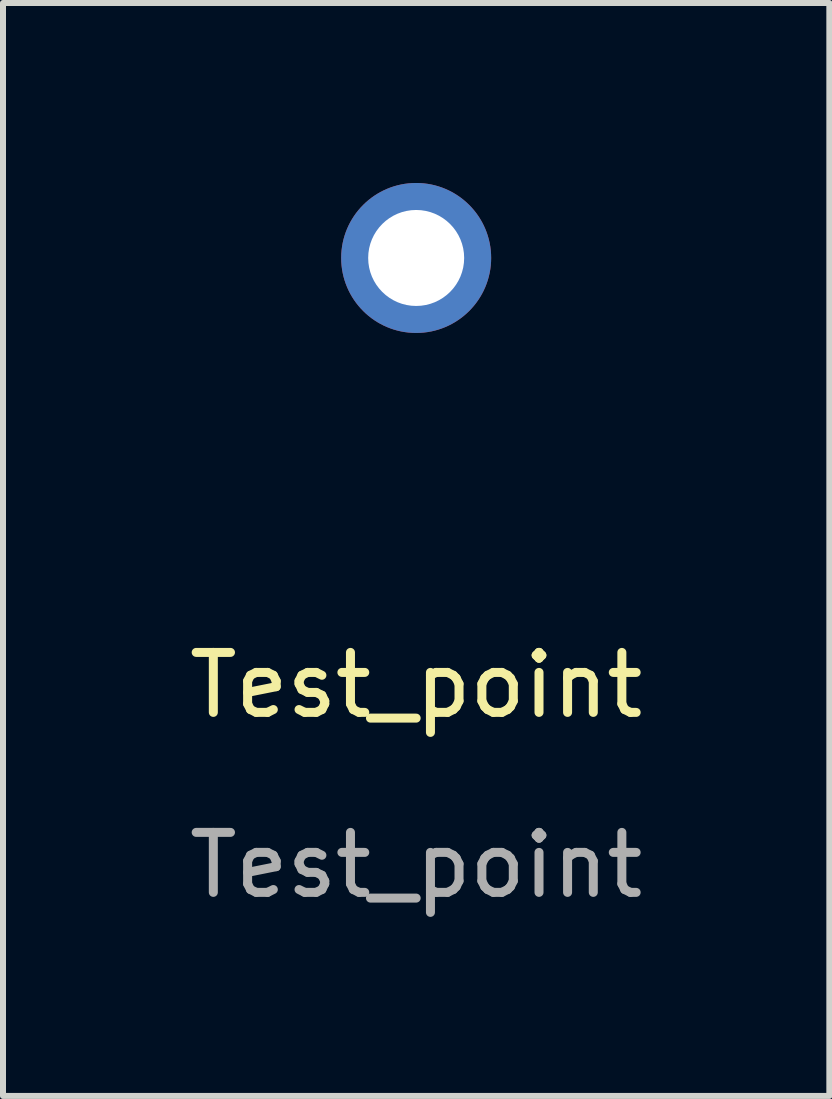
<source format=kicad_pcb>
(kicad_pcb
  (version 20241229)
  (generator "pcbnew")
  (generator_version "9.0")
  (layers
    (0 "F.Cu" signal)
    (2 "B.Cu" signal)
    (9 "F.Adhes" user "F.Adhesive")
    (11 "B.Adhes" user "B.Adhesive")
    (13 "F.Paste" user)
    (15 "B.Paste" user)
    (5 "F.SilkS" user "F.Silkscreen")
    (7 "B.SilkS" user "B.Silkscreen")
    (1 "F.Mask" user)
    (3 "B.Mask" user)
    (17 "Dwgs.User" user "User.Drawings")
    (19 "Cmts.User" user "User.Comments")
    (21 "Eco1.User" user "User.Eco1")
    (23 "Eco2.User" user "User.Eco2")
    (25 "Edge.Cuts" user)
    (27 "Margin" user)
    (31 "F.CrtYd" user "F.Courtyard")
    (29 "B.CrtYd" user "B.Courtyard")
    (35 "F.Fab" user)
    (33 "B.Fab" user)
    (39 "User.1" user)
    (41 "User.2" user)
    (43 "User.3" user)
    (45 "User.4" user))
  (footprint "Test_point"
    (layer "F.Cu")
    (at 3.887 8.87)
    (property "Reference" "Test_point" (at 0 -0.5 0) (unlocked yes) (layer "F.SilkS") (effects (font (size 1 1) (thickness 0.15))))
    (attr through_hole)
    (fp_text user "${REFERENCE}" (at 0 2.5 0) (unlocked yes) (layer "F.Fab") (effects (font (size 1 1) (thickness 0.15))))
    (pad "1" thru_hole circle (at 0 -7.62) (size 2.5 2.5) (drill 1.6) (layers "*.Cu" "*.Mask")))
  (gr_rect
    (start -3 -3)
    (end 10.774 15.218)
    (stroke (width 0.1) (type default))
    (fill no)
    (layer "Edge.Cuts")))
</source>
